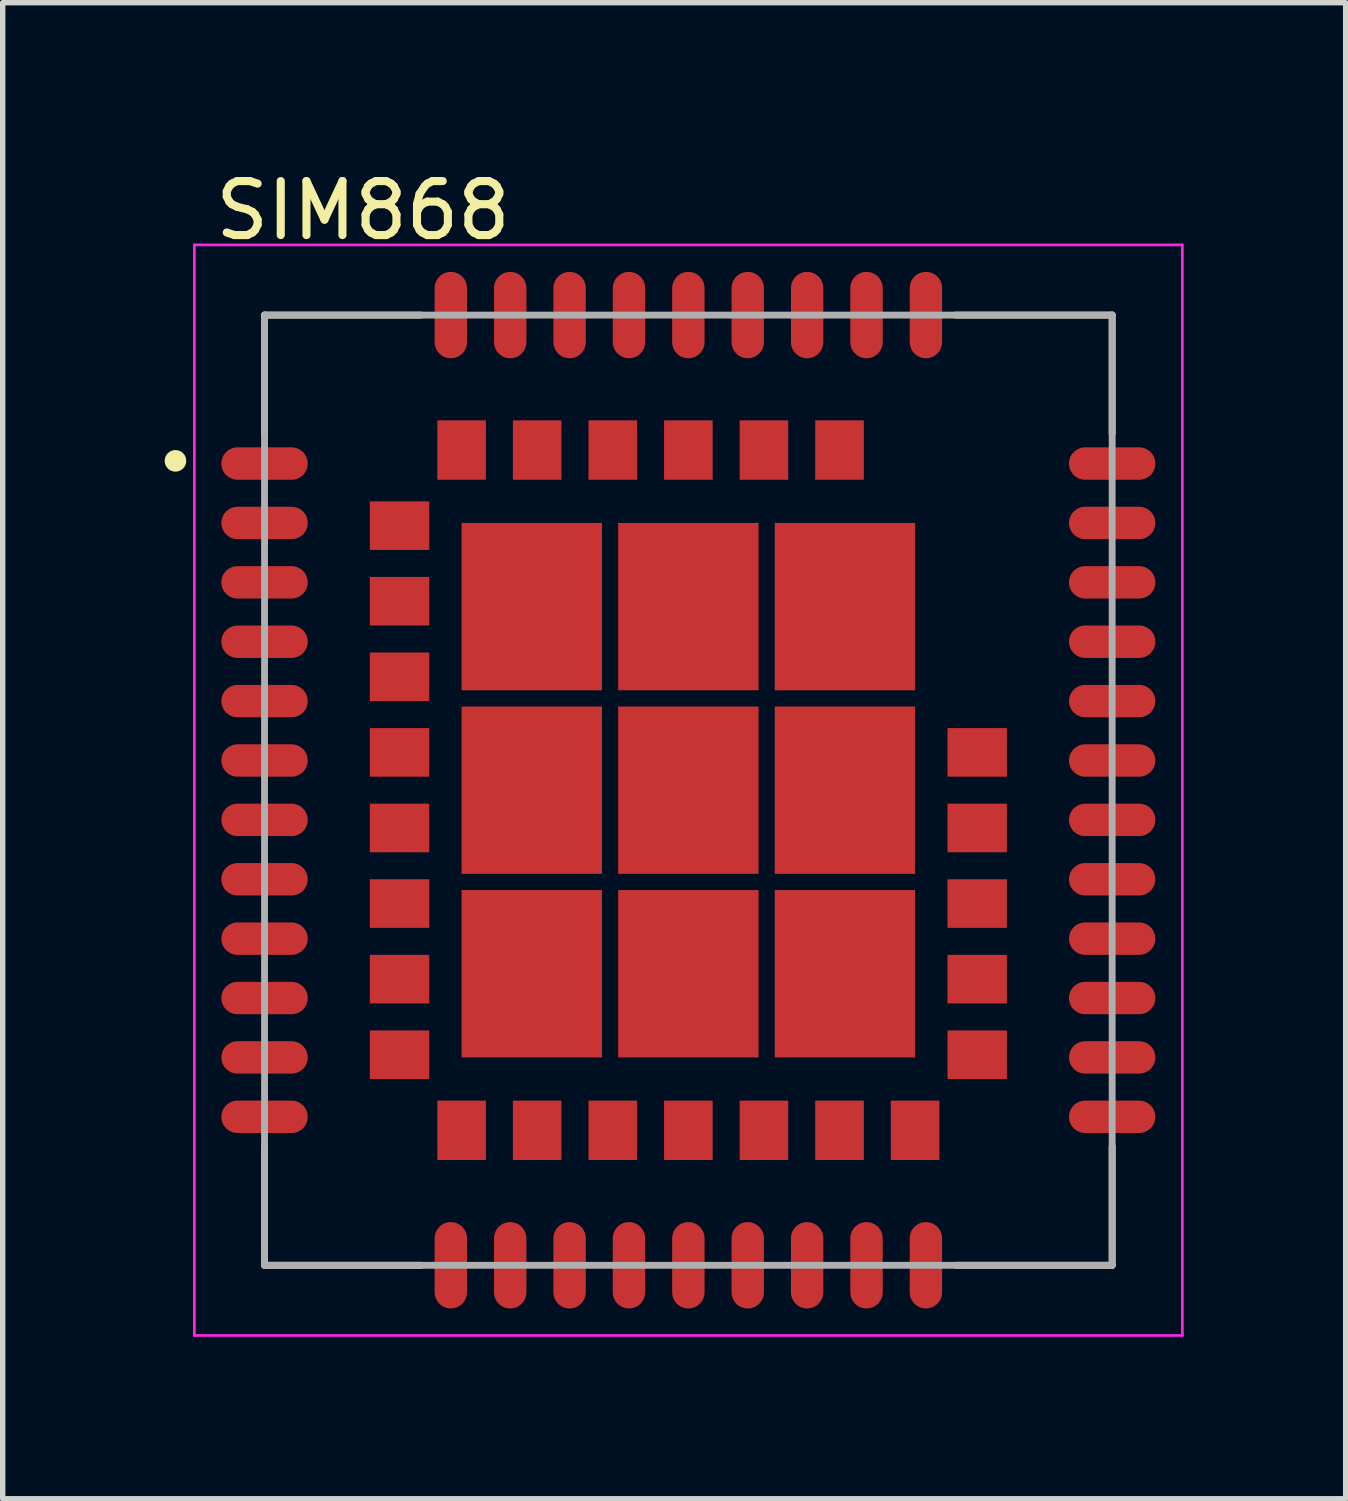
<source format=kicad_pcb>
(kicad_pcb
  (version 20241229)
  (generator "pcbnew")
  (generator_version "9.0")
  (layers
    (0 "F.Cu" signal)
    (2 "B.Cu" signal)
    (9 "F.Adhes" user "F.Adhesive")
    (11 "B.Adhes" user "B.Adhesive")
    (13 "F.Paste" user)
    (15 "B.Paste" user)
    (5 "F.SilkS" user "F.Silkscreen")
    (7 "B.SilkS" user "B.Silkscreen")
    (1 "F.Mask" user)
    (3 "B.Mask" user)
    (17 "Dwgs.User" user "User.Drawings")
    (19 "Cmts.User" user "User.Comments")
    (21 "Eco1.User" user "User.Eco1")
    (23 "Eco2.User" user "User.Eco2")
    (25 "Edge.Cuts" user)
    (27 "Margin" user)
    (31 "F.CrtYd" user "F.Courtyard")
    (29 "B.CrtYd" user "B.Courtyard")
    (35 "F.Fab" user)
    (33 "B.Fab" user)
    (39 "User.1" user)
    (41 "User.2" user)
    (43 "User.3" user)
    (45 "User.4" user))
  (footprint "SIM868"
    (layer "F.Cu")
    (at 9.7 11.586)
    (property "Reference" "SIM868" (at -6.026 -10.737 0) (layer "F.SilkS") (effects (font (size 1 1) (thickness 0.15))))
    (attr smd)
    (fp_line (start -7.85 -8.8) (end -4.95 -8.8) (stroke (width 0.127) (type solid)) (layer "F.SilkS"))
    (fp_line (start -7.85 -6.6) (end -7.85 -8.8) (stroke (width 0.127) (type solid)) (layer "F.SilkS"))
    (fp_line (start -7.85 6.6) (end -7.85 8.8) (stroke (width 0.127) (type solid)) (layer "F.SilkS"))
    (fp_line (start -7.85 8.8) (end -4.95 8.8) (stroke (width 0.127) (type solid)) (layer "F.SilkS"))
    (fp_line (start 4.95 -8.8) (end 7.85 -8.8) (stroke (width 0.127) (type solid)) (layer "F.SilkS"))
    (fp_line (start 4.95 8.8) (end 7.85 8.8) (stroke (width 0.127) (type solid)) (layer "F.SilkS"))
    (fp_line (start 7.85 -8.8) (end 7.85 -6.6) (stroke (width 0.127) (type solid)) (layer "F.SilkS"))
    (fp_line (start 7.85 8.8) (end 7.85 6.6) (stroke (width 0.127) (type solid)) (layer "F.SilkS"))
    (fp_circle (center -9.5 -6.1) (end -9.4 -6.1) (stroke (width 0.2) (type solid)) (fill no) (layer "F.SilkS"))
    (fp_poly (pts (xy -5.838 4.95) (xy -5.4 4.95) (xy -5.4 5.258) (xy -5.838 5.258)) (stroke (width 0.01) (type solid)) (fill yes) (layer "F.Paste"))
    (fp_poly (pts (xy -5.834 4.55) (xy -5.4 4.55) (xy -5.4 4.854) (xy -5.834 4.854)) (stroke (width 0.01) (type solid)) (fill yes) (layer "F.Paste"))
    (fp_poly (pts (xy -5.834 -0.655) (xy -5.405 -0.655) (xy -5.405 -0.346) (xy -5.834 -0.346)) (stroke (width 0.01) (type solid)) (fill yes) (layer "F.Paste"))
    (fp_poly (pts (xy -5.833 -2.457) (xy -5.407 -2.457) (xy -5.407 -2.147) (xy -5.833 -2.147)) (stroke (width 0.01) (type solid)) (fill yes) (layer "F.Paste"))
    (fp_poly (pts (xy -5.833 3.149) (xy -5.401 3.149) (xy -5.401 3.453) (xy -5.833 3.453)) (stroke (width 0.01) (type solid)) (fill yes) (layer "F.Paste"))
    (fp_poly (pts (xy -5.833 -3.458) (xy -5.408 -3.458) (xy -5.408 -3.147) (xy -5.833 -3.147)) (stroke (width 0.01) (type solid)) (fill yes) (layer "F.Paste"))
    (fp_poly (pts (xy -5.832 2.149) (xy -5.401 2.149) (xy -5.401 2.452) (xy -5.832 2.452)) (stroke (width 0.01) (type solid)) (fill yes) (layer "F.Paste"))
    (fp_poly (pts (xy -5.832 3.55) (xy -5.4 3.55) (xy -5.4 3.852) (xy -5.832 3.852)) (stroke (width 0.01) (type solid)) (fill yes) (layer "F.Paste"))
    (fp_poly (pts (xy -5.832 -3.858) (xy -5.408 -3.858) (xy -5.408 -3.548) (xy -5.832 -3.548)) (stroke (width 0.01) (type solid)) (fill yes) (layer "F.Paste"))
    (fp_poly (pts (xy -5.832 0.749) (xy -5.401 0.749) (xy -5.401 1.052) (xy -5.832 1.052)) (stroke (width 0.01) (type solid)) (fill yes) (layer "F.Paste"))
    (fp_poly (pts (xy -5.831 -4.858) (xy -5.408 -4.858) (xy -5.408 -4.549) (xy -5.831 -4.549)) (stroke (width 0.01) (type solid)) (fill yes) (layer "F.Paste"))
    (fp_poly (pts (xy -5.831 -5.259) (xy -5.409 -5.259) (xy -5.409 -4.949) (xy -5.831 -4.949)) (stroke (width 0.01) (type solid)) (fill yes) (layer "F.Paste"))
    (fp_poly (pts (xy -5.831 1.75) (xy -5.4 1.75) (xy -5.4 2.051) (xy -5.831 2.051)) (stroke (width 0.01) (type solid)) (fill yes) (layer "F.Paste"))
    (fp_poly (pts (xy -5.831 -2.051) (xy -5.401 -2.051) (xy -5.401 -1.749) (xy -5.831 -1.749)) (stroke (width 0.01) (type solid)) (fill yes) (layer "F.Paste"))
    (fp_poly (pts (xy -5.831 0.35) (xy -5.4 0.35) (xy -5.4 0.651) (xy -5.831 0.651)) (stroke (width 0.01) (type solid)) (fill yes) (layer "F.Paste"))
    (fp_poly (pts (xy -5.83 -1.05) (xy -5.4 -1.05) (xy -5.4 -0.75) (xy -5.83 -0.75)) (stroke (width 0.01) (type solid)) (fill yes) (layer "F.Paste"))
    (fp_poly (pts (xy -5.309 4.95) (xy -4.87 4.95) (xy -4.87 5.259) (xy -5.309 5.259)) (stroke (width 0.01) (type solid)) (fill yes) (layer "F.Paste"))
    (fp_poly (pts (xy -5.306 1.747) (xy -4.873 1.747) (xy -4.873 2.056) (xy -5.306 2.056)) (stroke (width 0.01) (type solid)) (fill yes) (layer "F.Paste"))
    (fp_poly (pts (xy -5.305 4.55) (xy -4.87 4.55) (xy -4.87 4.855) (xy -5.305 4.855)) (stroke (width 0.01) (type solid)) (fill yes) (layer "F.Paste"))
    (fp_poly (pts (xy -5.305 0.346) (xy -4.874 0.346) (xy -4.874 0.655) (xy -5.305 0.655)) (stroke (width 0.01) (type solid)) (fill yes) (layer "F.Paste"))
    (fp_poly (pts (xy -5.305 0.747) (xy -4.873 0.747) (xy -4.873 1.055) (xy -5.305 1.055)) (stroke (width 0.01) (type solid)) (fill yes) (layer "F.Paste"))
    (fp_poly (pts (xy -5.304 3.149) (xy -4.871 3.149) (xy -4.871 3.454) (xy -5.304 3.454)) (stroke (width 0.01) (type solid)) (fill yes) (layer "F.Paste"))
    (fp_poly (pts (xy -5.304 2.149) (xy -4.871 2.149) (xy -4.871 2.454) (xy -5.304 2.454)) (stroke (width 0.01) (type solid)) (fill yes) (layer "F.Paste"))
    (fp_poly (pts (xy -5.302 -1.053) (xy -4.873 -1.053) (xy -4.873 -0.748) (xy -5.302 -0.748)) (stroke (width 0.01) (type solid)) (fill yes) (layer "F.Paste"))
    (fp_poly (pts (xy -5.302 3.55) (xy -4.87 3.55) (xy -4.87 3.852) (xy -5.302 3.852)) (stroke (width 0.01) (type solid)) (fill yes) (layer "F.Paste"))
    (fp_poly (pts (xy -5.301 -3.857) (xy -4.877 -3.857) (xy -4.877 -3.549) (xy -5.301 -3.549)) (stroke (width 0.01) (type solid)) (fill yes) (layer "F.Paste"))
    (fp_poly (pts (xy -5.301 -3.455) (xy -4.875 -3.455) (xy -4.875 -3.149) (xy -5.301 -3.149)) (stroke (width 0.01) (type solid)) (fill yes) (layer "F.Paste"))
    (fp_poly (pts (xy -5.301 -2.052) (xy -4.872 -2.052) (xy -4.872 -1.749) (xy -5.301 -1.749)) (stroke (width 0.01) (type solid)) (fill yes) (layer "F.Paste"))
    (fp_poly (pts (xy -5.301 -0.651) (xy -4.871 -0.651) (xy -4.871 -0.349) (xy -5.301 -0.349)) (stroke (width 0.01) (type solid)) (fill yes) (layer "F.Paste"))
    (fp_poly (pts (xy -5.301 -2.452) (xy -4.872 -2.452) (xy -4.872 -2.149) (xy -5.301 -2.149)) (stroke (width 0.01) (type solid)) (fill yes) (layer "F.Paste"))
    (fp_poly (pts (xy -5.301 -4.859) (xy -4.879 -4.859) (xy -4.879 -4.549) (xy -5.301 -4.549)) (stroke (width 0.01) (type solid)) (fill yes) (layer "F.Paste"))
    (fp_poly (pts (xy -5.3 -5.254) (xy -4.874 -5.254) (xy -4.874 -4.95) (xy -5.3 -4.95)) (stroke (width 0.01) (type solid)) (fill yes) (layer "F.Paste"))
    (fp_poly (pts (xy -4.555 -6.25) (xy -4.25 -6.25) (xy -4.25 -5.827) (xy -4.555 -5.827)) (stroke (width 0.01) (type solid)) (fill yes) (layer "F.Paste"))
    (fp_poly (pts (xy -4.554 5.82) (xy -4.25 5.82) (xy -4.25 6.256) (xy -4.554 6.256)) (stroke (width 0.01) (type solid)) (fill yes) (layer "F.Paste"))
    (fp_poly (pts (xy -4.554 6.35) (xy -4.25 6.35) (xy -4.25 6.786) (xy -4.554 6.786)) (stroke (width 0.01) (type solid)) (fill yes) (layer "F.Paste"))
    (fp_poly (pts (xy -4.554 -6.78) (xy -4.25 -6.78) (xy -4.25 -6.356) (xy -4.554 -6.356)) (stroke (width 0.01) (type solid)) (fill yes) (layer "F.Paste"))
    (fp_poly (pts (xy -4.156 5.82) (xy -3.85 5.82) (xy -3.85 6.26) (xy -4.156 6.26)) (stroke (width 0.01) (type solid)) (fill yes) (layer "F.Paste"))
    (fp_poly (pts (xy -4.155 -6.25) (xy -3.85 -6.25) (xy -3.85 -5.827) (xy -4.155 -5.827)) (stroke (width 0.01) (type solid)) (fill yes) (layer "F.Paste"))
    (fp_poly (pts (xy -4.153 -6.78) (xy -3.85 -6.78) (xy -3.85 -6.355) (xy -4.153 -6.355)) (stroke (width 0.01) (type solid)) (fill yes) (layer "F.Paste"))
    (fp_poly (pts (xy -4.151 6.35) (xy -3.85 6.35) (xy -3.85 6.782) (xy -4.151 6.782)) (stroke (width 0.01) (type solid)) (fill yes) (layer "F.Paste"))
    (fp_poly (pts (xy -3.907 -1.25) (xy -3.2 -1.25) (xy -3.2 -0.301) (xy -3.907 -0.301)) (stroke (width 0.01) (type solid)) (fill yes) (layer "F.Paste"))
    (fp_poly (pts (xy -3.905 3.7) (xy -3.2 3.7) (xy -3.2 4.656) (xy -3.905 4.656)) (stroke (width 0.01) (type solid)) (fill yes) (layer "F.Paste"))
    (fp_poly (pts (xy -3.905 2.15) (xy -3.2 2.15) (xy -3.2 3.104) (xy -3.905 3.104)) (stroke (width 0.01) (type solid)) (fill yes) (layer "F.Paste"))
    (fp_poly (pts (xy -3.905 -3.1) (xy -3.2 -3.1) (xy -3.2 -2.153) (xy -3.905 -2.153)) (stroke (width 0.01) (type solid)) (fill yes) (layer "F.Paste"))
    (fp_poly (pts (xy -3.904 -4.65) (xy -3.2 -4.65) (xy -3.2 -3.704) (xy -3.904 -3.704)) (stroke (width 0.01) (type solid)) (fill yes) (layer "F.Paste"))
    (fp_poly (pts (xy -3.903 0.3) (xy -3.2 0.3) (xy -3.2 1.251) (xy -3.903 1.251)) (stroke (width 0.01) (type solid)) (fill yes) (layer "F.Paste"))
    (fp_poly (pts (xy -3.155 -6.25) (xy -2.85 -6.25) (xy -2.85 -5.83) (xy -3.155 -5.83)) (stroke (width 0.01) (type solid)) (fill yes) (layer "F.Paste"))
    (fp_poly (pts (xy -3.154 6.35) (xy -2.85 6.35) (xy -2.85 6.788) (xy -3.154 6.788)) (stroke (width 0.01) (type solid)) (fill yes) (layer "F.Paste"))
    (fp_poly (pts (xy -3.153 -6.78) (xy -2.85 -6.78) (xy -2.85 -6.356) (xy -3.153 -6.356)) (stroke (width 0.01) (type solid)) (fill yes) (layer "F.Paste"))
    (fp_poly (pts (xy -3.151 5.82) (xy -2.85 5.82) (xy -2.85 6.252) (xy -3.151 6.252)) (stroke (width 0.01) (type solid)) (fill yes) (layer "F.Paste"))
    (fp_poly (pts (xy -2.754 5.82) (xy -2.45 5.82) (xy -2.45 6.26) (xy -2.754 6.26)) (stroke (width 0.01) (type solid)) (fill yes) (layer "F.Paste"))
    (fp_poly (pts (xy -2.754 6.35) (xy -2.45 6.35) (xy -2.45 6.789) (xy -2.754 6.789)) (stroke (width 0.01) (type solid)) (fill yes) (layer "F.Paste"))
    (fp_poly (pts (xy -2.752 -6.78) (xy -2.45 -6.78) (xy -2.45 -6.355) (xy -2.752 -6.355)) (stroke (width 0.01) (type solid)) (fill yes) (layer "F.Paste"))
    (fp_poly (pts (xy -2.752 -6.25) (xy -2.45 -6.25) (xy -2.45 -5.823) (xy -2.752 -5.823)) (stroke (width 0.01) (type solid)) (fill yes) (layer "F.Paste"))
    (fp_poly (pts (xy -2.604 3.7) (xy -1.9 3.7) (xy -1.9 4.658) (xy -2.604 4.658)) (stroke (width 0.01) (type solid)) (fill yes) (layer "F.Paste"))
    (fp_poly (pts (xy -2.603 -3.1) (xy -1.9 -3.1) (xy -1.9 -2.153) (xy -2.603 -2.153)) (stroke (width 0.01) (type solid)) (fill yes) (layer "F.Paste"))
    (fp_poly (pts (xy -2.602 0.3) (xy -1.9 0.3) (xy -1.9 1.251) (xy -2.602 1.251)) (stroke (width 0.01) (type solid)) (fill yes) (layer "F.Paste"))
    (fp_poly (pts (xy -2.602 -4.65) (xy -1.9 -4.65) (xy -1.9 -3.703) (xy -2.602 -3.703)) (stroke (width 0.01) (type solid)) (fill yes) (layer "F.Paste"))
    (fp_poly (pts (xy -2.6 -1.25) (xy -1.9 -1.25) (xy -1.9 -0.3) (xy -2.6 -0.3)) (stroke (width 0.01) (type solid)) (fill yes) (layer "F.Paste"))
    (fp_poly (pts (xy -2.6 2.15) (xy -1.9 2.15) (xy -1.9 3.1) (xy -2.6 3.1)) (stroke (width 0.01) (type solid)) (fill yes) (layer "F.Paste"))
    (fp_poly (pts (xy -1.753 5.82) (xy -1.45 5.82) (xy -1.45 6.26) (xy -1.753 6.26)) (stroke (width 0.01) (type solid)) (fill yes) (layer "F.Paste"))
    (fp_poly (pts (xy -1.751 -6.25) (xy -1.45 -6.25) (xy -1.45 -5.823) (xy -1.751 -5.823)) (stroke (width 0.01) (type solid)) (fill yes) (layer "F.Paste"))
    (fp_poly (pts (xy -1.751 -6.78) (xy -1.45 -6.78) (xy -1.45 -6.352) (xy -1.751 -6.352)) (stroke (width 0.01) (type solid)) (fill yes) (layer "F.Paste"))
    (fp_poly (pts (xy -1.75 6.35) (xy -1.45 6.35) (xy -1.45 6.782) (xy -1.75 6.782)) (stroke (width 0.01) (type solid)) (fill yes) (layer "F.Paste"))
    (fp_poly (pts (xy -1.353 -6.78) (xy -1.05 -6.78) (xy -1.05 -6.363) (xy -1.353 -6.363)) (stroke (width 0.01) (type solid)) (fill yes) (layer "F.Paste"))
    (fp_poly (pts (xy -1.352 5.82) (xy -1.05 5.82) (xy -1.05 6.259) (xy -1.352 6.259)) (stroke (width 0.01) (type solid)) (fill yes) (layer "F.Paste"))
    (fp_poly (pts (xy -1.351 6.35) (xy -1.05 6.35) (xy -1.05 6.788) (xy -1.351 6.788)) (stroke (width 0.01) (type solid)) (fill yes) (layer "F.Paste"))
    (fp_poly (pts (xy -1.351 -6.25) (xy -1.05 -6.25) (xy -1.05 -5.824) (xy -1.351 -5.824)) (stroke (width 0.01) (type solid)) (fill yes) (layer "F.Paste"))
    (fp_poly (pts (xy -1.002 -1.25) (xy -0.3 -1.25) (xy -0.3 -0.301) (xy -1.002 -0.301)) (stroke (width 0.01) (type solid)) (fill yes) (layer "F.Paste"))
    (fp_poly (pts (xy -1.002 2.15) (xy -0.3 2.15) (xy -0.3 3.105) (xy -1.002 3.105)) (stroke (width 0.01) (type solid)) (fill yes) (layer "F.Paste"))
    (fp_poly (pts (xy -1.001 3.7) (xy -0.3 3.7) (xy -0.3 4.655) (xy -1.001 4.655)) (stroke (width 0.01) (type solid)) (fill yes) (layer "F.Paste"))
    (fp_poly (pts (xy -1.001 -4.65) (xy -0.3 -4.65) (xy -0.3 -3.704) (xy -1.001 -3.704)) (stroke (width 0.01) (type solid)) (fill yes) (layer "F.Paste"))
    (fp_poly (pts (xy -1.001 0.3) (xy -0.3 0.3) (xy -0.3 1.251) (xy -1.001 1.251)) (stroke (width 0.01) (type solid)) (fill yes) (layer "F.Paste"))
    (fp_poly (pts (xy -1.001 -3.1) (xy -0.3 -3.1) (xy -0.3 -2.151) (xy -1.001 -2.151)) (stroke (width 0.01) (type solid)) (fill yes) (layer "F.Paste"))
    (fp_poly (pts (xy -0.351 -6.25) (xy -0.05 -6.25) (xy -0.05 -5.83) (xy -0.351 -5.83)) (stroke (width 0.01) (type solid)) (fill yes) (layer "F.Paste"))
    (fp_poly (pts (xy -0.35 -6.78) (xy -0.05 -6.78) (xy -0.05 -6.351) (xy -0.35 -6.351)) (stroke (width 0.01) (type solid)) (fill yes) (layer "F.Paste"))
    (fp_poly (pts (xy -0.35 5.82) (xy -0.05 5.82) (xy -0.05 6.251) (xy -0.35 6.251)) (stroke (width 0.01) (type solid)) (fill yes) (layer "F.Paste"))
    (fp_poly (pts (xy -0.35 6.35) (xy -0.05 6.35) (xy -0.05 6.781) (xy -0.35 6.781)) (stroke (width 0.01) (type solid)) (fill yes) (layer "F.Paste"))
    (fp_poly (pts (xy 0.05 -6.78) (xy 0.35 -6.78) (xy 0.35 -6.353) (xy 0.05 -6.353)) (stroke (width 0.01) (type solid)) (fill yes) (layer "F.Paste"))
    (fp_poly (pts (xy 0.05 5.82) (xy 0.35 5.82) (xy 0.35 6.254) (xy 0.05 6.254)) (stroke (width 0.01) (type solid)) (fill yes) (layer "F.Paste"))
    (fp_poly (pts (xy 0.05 -6.25) (xy 0.35 -6.25) (xy 0.35 -5.829) (xy 0.05 -5.829)) (stroke (width 0.01) (type solid)) (fill yes) (layer "F.Paste"))
    (fp_poly (pts (xy 0.05 6.35) (xy 0.35 6.35) (xy 0.35 6.791) (xy 0.05 6.791)) (stroke (width 0.01) (type solid)) (fill yes) (layer "F.Paste"))
    (fp_poly (pts (xy 0.3 0.3) (xy 1 0.3) (xy 1 1.25) (xy 0.3 1.25)) (stroke (width 0.01) (type solid)) (fill yes) (layer "F.Paste"))
    (fp_poly (pts (xy 0.3 3.7) (xy 1 3.7) (xy 1 4.651) (xy 0.3 4.651)) (stroke (width 0.01) (type solid)) (fill yes) (layer "F.Paste"))
    (fp_poly (pts (xy 0.3 -4.65) (xy 1 -4.65) (xy 1 -3.704) (xy 0.3 -3.704)) (stroke (width 0.01) (type solid)) (fill yes) (layer "F.Paste"))
    (fp_poly (pts (xy 0.3 -1.25) (xy 1 -1.25) (xy 1 -0.3) (xy 0.3 -0.3)) (stroke (width 0.01) (type solid)) (fill yes) (layer "F.Paste"))
    (fp_poly (pts (xy 0.3 2.15) (xy 1 2.15) (xy 1 3.105) (xy 0.3 3.105)) (stroke (width 0.01) (type solid)) (fill yes) (layer "F.Paste"))
    (fp_poly (pts (xy 0.301 -3.1) (xy 1 -3.1) (xy 1 -2.154) (xy 0.301 -2.154)) (stroke (width 0.01) (type solid)) (fill yes) (layer "F.Paste"))
    (fp_poly (pts (xy 1.05 -6.25) (xy 1.35 -6.25) (xy 1.35 -5.821) (xy 1.05 -5.821)) (stroke (width 0.01) (type solid)) (fill yes) (layer "F.Paste"))
    (fp_poly (pts (xy 1.05 5.82) (xy 1.35 5.82) (xy 1.35 6.252) (xy 1.05 6.252)) (stroke (width 0.01) (type solid)) (fill yes) (layer "F.Paste"))
    (fp_poly (pts (xy 1.051 -6.78) (xy 1.35 -6.78) (xy 1.35 -6.356) (xy 1.051 -6.356)) (stroke (width 0.01) (type solid)) (fill yes) (layer "F.Paste"))
    (fp_poly (pts (xy 1.051 6.35) (xy 1.35 6.35) (xy 1.35 6.787) (xy 1.051 6.787)) (stroke (width 0.01) (type solid)) (fill yes) (layer "F.Paste"))
    (fp_poly (pts (xy 1.451 6.35) (xy 1.75 6.35) (xy 1.75 6.785) (xy 1.451 6.785)) (stroke (width 0.01) (type solid)) (fill yes) (layer "F.Paste"))
    (fp_poly (pts (xy 1.451 -6.78) (xy 1.75 -6.78) (xy 1.75 -6.355) (xy 1.451 -6.355)) (stroke (width 0.01) (type solid)) (fill yes) (layer "F.Paste"))
    (fp_poly (pts (xy 1.452 5.82) (xy 1.75 5.82) (xy 1.75 6.257) (xy 1.452 6.257)) (stroke (width 0.01) (type solid)) (fill yes) (layer "F.Paste"))
    (fp_poly (pts (xy 1.452 -6.25) (xy 1.75 -6.25) (xy 1.75 -5.83) (xy 1.452 -5.83)) (stroke (width 0.01) (type solid)) (fill yes) (layer "F.Paste"))
    (fp_poly (pts (xy 1.9 2.15) (xy 2.6 2.15) (xy 2.6 3.1) (xy 1.9 3.1)) (stroke (width 0.01) (type solid)) (fill yes) (layer "F.Paste"))
    (fp_poly (pts (xy 1.902 -4.65) (xy 2.6 -4.65) (xy 2.6 -3.704) (xy 1.902 -3.704)) (stroke (width 0.01) (type solid)) (fill yes) (layer "F.Paste"))
    (fp_poly (pts (xy 1.902 -3.1) (xy 2.6 -3.1) (xy 2.6 -2.153) (xy 1.902 -2.153)) (stroke (width 0.01) (type solid)) (fill yes) (layer "F.Paste"))
    (fp_poly (pts (xy 1.903 0.3) (xy 2.6 0.3) (xy 2.6 1.252) (xy 1.903 1.252)) (stroke (width 0.01) (type solid)) (fill yes) (layer "F.Paste"))
    (fp_poly (pts (xy 1.903 3.7) (xy 2.6 3.7) (xy 2.6 4.657) (xy 1.903 4.657)) (stroke (width 0.01) (type solid)) (fill yes) (layer "F.Paste"))
    (fp_poly (pts (xy 1.903 -1.25) (xy 2.6 -1.25) (xy 2.6 -0.3) (xy 1.903 -0.3)) (stroke (width 0.01) (type solid)) (fill yes) (layer "F.Paste"))
    (fp_poly (pts (xy 2.452 5.82) (xy 2.75 5.82) (xy 2.75 6.254) (xy 2.452 6.254)) (stroke (width 0.01) (type solid)) (fill yes) (layer "F.Paste"))
    (fp_poly (pts (xy 2.453 -6.78) (xy 2.75 -6.78) (xy 2.75 -6.358) (xy 2.453 -6.358)) (stroke (width 0.01) (type solid)) (fill yes) (layer "F.Paste"))
    (fp_poly (pts (xy 2.453 -6.25) (xy 2.75 -6.25) (xy 2.75 -5.828) (xy 2.453 -5.828)) (stroke (width 0.01) (type solid)) (fill yes) (layer "F.Paste"))
    (fp_poly (pts (xy 2.454 6.35) (xy 2.75 6.35) (xy 2.75 6.792) (xy 2.454 6.792)) (stroke (width 0.01) (type solid)) (fill yes) (layer "F.Paste"))
    (fp_poly (pts (xy 2.85 5.82) (xy 3.15 5.82) (xy 3.15 6.251) (xy 2.85 6.251)) (stroke (width 0.01) (type solid)) (fill yes) (layer "F.Paste"))
    (fp_poly (pts (xy 2.85 6.35) (xy 3.15 6.35) (xy 3.15 6.781) (xy 2.85 6.781)) (stroke (width 0.01) (type solid)) (fill yes) (layer "F.Paste"))
    (fp_poly (pts (xy 2.853 -6.78) (xy 3.15 -6.78) (xy 3.15 -6.356) (xy 2.853 -6.356)) (stroke (width 0.01) (type solid)) (fill yes) (layer "F.Paste"))
    (fp_poly (pts (xy 2.854 -6.25) (xy 3.15 -6.25) (xy 3.15 -5.829) (xy 2.854 -5.829)) (stroke (width 0.01) (type solid)) (fill yes) (layer "F.Paste"))
    (fp_poly (pts (xy 3.202 3.7) (xy 3.9 3.7) (xy 3.9 4.653) (xy 3.202 4.653)) (stroke (width 0.01) (type solid)) (fill yes) (layer "F.Paste"))
    (fp_poly (pts (xy 3.202 -3.1) (xy 3.9 -3.1) (xy 3.9 -2.151) (xy 3.202 -2.151)) (stroke (width 0.01) (type solid)) (fill yes) (layer "F.Paste"))
    (fp_poly (pts (xy 3.203 2.15) (xy 3.9 2.15) (xy 3.9 3.103) (xy 3.203 3.103)) (stroke (width 0.01) (type solid)) (fill yes) (layer "F.Paste"))
    (fp_poly (pts (xy 3.204 -1.25) (xy 3.9 -1.25) (xy 3.9 -0.3) (xy 3.204 -0.3)) (stroke (width 0.01) (type solid)) (fill yes) (layer "F.Paste"))
    (fp_poly (pts (xy 3.205 -4.65) (xy 3.9 -4.65) (xy 3.9 -3.705) (xy 3.205 -3.705)) (stroke (width 0.01) (type solid)) (fill yes) (layer "F.Paste"))
    (fp_poly (pts (xy 3.206 0.3) (xy 3.9 0.3) (xy 3.9 1.252) (xy 3.206 1.252)) (stroke (width 0.01) (type solid)) (fill yes) (layer "F.Paste"))
    (fp_poly (pts (xy 3.851 6.35) (xy 4.15 6.35) (xy 4.15 6.781) (xy 3.851 6.781)) (stroke (width 0.01) (type solid)) (fill yes) (layer "F.Paste"))
    (fp_poly (pts (xy 3.851 5.82) (xy 4.15 5.82) (xy 4.15 6.252) (xy 3.851 6.252)) (stroke (width 0.01) (type solid)) (fill yes) (layer "F.Paste"))
    (fp_poly (pts (xy 4.251 6.35) (xy 4.55 6.35) (xy 4.55 6.782) (xy 4.251 6.782)) (stroke (width 0.01) (type solid)) (fill yes) (layer "F.Paste"))
    (fp_poly (pts (xy 4.258 5.82) (xy 4.55 5.82) (xy 4.55 6.261) (xy 4.258 6.261)) (stroke (width 0.01) (type solid)) (fill yes) (layer "F.Paste"))
    (fp_poly (pts (xy 4.87 4.96) (xy 5.31 4.96) (xy 5.31 5.25) (xy 4.87 5.25)) (stroke (width 0.01) (type solid)) (fill yes) (layer "F.Paste"))
    (fp_poly (pts (xy 4.87 4.556) (xy 5.306 4.556) (xy 5.306 4.85) (xy 4.87 4.85)) (stroke (width 0.01) (type solid)) (fill yes) (layer "F.Paste"))
    (fp_poly (pts (xy 4.87 3.151) (xy 5.301 3.151) (xy 5.301 3.45) (xy 4.87 3.45)) (stroke (width 0.01) (type solid)) (fill yes) (layer "F.Paste"))
    (fp_poly (pts (xy 4.87 1.751) (xy 5.301 1.751) (xy 5.301 2.05) (xy 4.87 2.05)) (stroke (width 0.01) (type solid)) (fill yes) (layer "F.Paste"))
    (fp_poly (pts (xy 4.871 3.557) (xy 5.307 3.557) (xy 5.307 3.849) (xy 4.871 3.849)) (stroke (width 0.01) (type solid)) (fill yes) (layer "F.Paste"))
    (fp_poly (pts (xy 4.871 -0.649) (xy 5.301 -0.649) (xy 5.301 -0.351) (xy 4.871 -0.351)) (stroke (width 0.01) (type solid)) (fill yes) (layer "F.Paste"))
    (fp_poly (pts (xy 4.871 -1.049) (xy 5.301 -1.049) (xy 5.301 -0.751) (xy 4.871 -0.751)) (stroke (width 0.01) (type solid)) (fill yes) (layer "F.Paste"))
    (fp_poly (pts (xy 4.872 2.155) (xy 5.305 2.155) (xy 5.305 2.448) (xy 4.872 2.448)) (stroke (width 0.01) (type solid)) (fill yes) (layer "F.Paste"))
    (fp_poly (pts (xy 4.872 0.353) (xy 5.303 0.353) (xy 5.303 0.648) (xy 4.872 0.648)) (stroke (width 0.01) (type solid)) (fill yes) (layer "F.Paste"))
    (fp_poly (pts (xy 4.873 0.755) (xy 5.305 0.755) (xy 5.305 1.047) (xy 4.873 1.047)) (stroke (width 0.01) (type solid)) (fill yes) (layer "F.Paste"))
    (fp_poly (pts (xy 5.4 4.954) (xy 5.834 4.954) (xy 5.834 5.25) (xy 5.4 5.25)) (stroke (width 0.01) (type solid)) (fill yes) (layer "F.Paste"))
    (fp_poly (pts (xy 5.401 4.56) (xy 5.84 4.56) (xy 5.84 4.849) (xy 5.401 4.849)) (stroke (width 0.01) (type solid)) (fill yes) (layer "F.Paste"))
    (fp_poly (pts (xy 5.401 0.751) (xy 5.831 0.751) (xy 5.831 1.049) (xy 5.401 1.049)) (stroke (width 0.01) (type solid)) (fill yes) (layer "F.Paste"))
    (fp_poly (pts (xy 5.401 1.752) (xy 5.832 1.752) (xy 5.832 2.049) (xy 5.401 2.049)) (stroke (width 0.01) (type solid)) (fill yes) (layer "F.Paste"))
    (fp_poly (pts (xy 5.401 3.154) (xy 5.834 3.154) (xy 5.834 3.449) (xy 5.401 3.449)) (stroke (width 0.01) (type solid)) (fill yes) (layer "F.Paste"))
    (fp_poly (pts (xy 5.401 3.557) (xy 5.837 3.557) (xy 5.837 3.849) (xy 5.401 3.849)) (stroke (width 0.01) (type solid)) (fill yes) (layer "F.Paste"))
    (fp_poly (pts (xy 5.401 0.352) (xy 5.832 0.352) (xy 5.832 0.649) (xy 5.401 0.649)) (stroke (width 0.01) (type solid)) (fill yes) (layer "F.Paste"))
    (fp_poly (pts (xy 5.401 -1.049) (xy 5.831 -1.049) (xy 5.831 -0.751) (xy 5.401 -0.751)) (stroke (width 0.01) (type solid)) (fill yes) (layer "F.Paste"))
    (fp_poly (pts (xy 5.402 2.155) (xy 5.835 2.155) (xy 5.835 2.448) (xy 5.402 2.448)) (stroke (width 0.01) (type solid)) (fill yes) (layer "F.Paste"))
    (fp_poly (pts (xy 5.406 -0.645) (xy 5.835 -0.645) (xy 5.835 -0.356) (xy 5.406 -0.356)) (stroke (width 0.01) (type solid)) (fill yes) (layer "F.Paste"))
    (fp_line (start -9.15 -10.1) (end 9.15 -10.1) (stroke (width 0.05) (type solid)) (layer "F.CrtYd"))
    (fp_line (start -9.15 10.1) (end -9.15 -10.1) (stroke (width 0.05) (type solid)) (layer "F.CrtYd"))
    (fp_line (start 9.15 -10.1) (end 9.15 10.1) (stroke (width 0.05) (type solid)) (layer "F.CrtYd"))
    (fp_line (start 9.15 10.1) (end -9.15 10.1) (stroke (width 0.05) (type solid)) (layer "F.CrtYd"))
    (fp_line (start -7.85 -8.8) (end 7.85 -8.8) (stroke (width 0.127) (type solid)) (layer "F.Fab"))
    (fp_line (start -7.85 8.8) (end -7.85 -8.8) (stroke (width 0.127) (type solid)) (layer "F.Fab"))
    (fp_line (start 7.85 -8.8) (end 7.85 8.8) (stroke (width 0.127) (type solid)) (layer "F.Fab"))
    (fp_line (start 7.85 8.8) (end -7.85 8.8) (stroke (width 0.127) (type solid)) (layer "F.Fab"))
    (pad "1" smd oval (at -7.85 -6.05) (size 1.6 0.6) (layers "F.Cu" "F.Mask" "F.Paste"))
    (pad "2" smd oval (at -7.85 -4.95) (size 1.6 0.6) (layers "F.Cu" "F.Mask" "F.Paste"))
    (pad "3" smd oval (at -7.85 -3.85) (size 1.6 0.6) (layers "F.Cu" "F.Mask" "F.Paste"))
    (pad "4" smd oval (at -7.85 -2.75) (size 1.6 0.6) (layers "F.Cu" "F.Mask" "F.Paste"))
    (pad "5" smd oval (at -7.85 -1.65) (size 1.6 0.6) (layers "F.Cu" "F.Mask" "F.Paste"))
    (pad "6" smd oval (at -7.85 -0.55) (size 1.6 0.6) (layers "F.Cu" "F.Mask" "F.Paste"))
    (pad "7" smd oval (at -7.85 0.55) (size 1.6 0.6) (layers "F.Cu" "F.Mask" "F.Paste"))
    (pad "8" smd oval (at -7.85 1.65) (size 1.6 0.6) (layers "F.Cu" "F.Mask" "F.Paste"))
    (pad "9" smd oval (at -7.85 2.75) (size 1.6 0.6) (layers "F.Cu" "F.Mask" "F.Paste"))
    (pad "10" smd oval (at -7.85 3.85) (size 1.6 0.6) (layers "F.Cu" "F.Mask" "F.Paste"))
    (pad "11" smd oval (at -7.85 4.95) (size 1.6 0.6) (layers "F.Cu" "F.Mask" "F.Paste"))
    (pad "12" smd oval (at -7.85 6.05) (size 1.6 0.6) (layers "F.Cu" "F.Mask" "F.Paste"))
    (pad "13" smd oval (at -4.4 8.8 90) (size 1.6 0.6) (layers "F.Cu" "F.Mask" "F.Paste"))
    (pad "14" smd oval (at -3.3 8.8 90) (size 1.6 0.6) (layers "F.Cu" "F.Mask" "F.Paste"))
    (pad "15" smd oval (at -2.2 8.8 90) (size 1.6 0.6) (layers "F.Cu" "F.Mask" "F.Paste"))
    (pad "16" smd oval (at -1.1 8.8 90) (size 1.6 0.6) (layers "F.Cu" "F.Mask" "F.Paste"))
    (pad "17" smd oval (at 0 8.8 90) (size 1.6 0.6) (layers "F.Cu" "F.Mask" "F.Paste"))
    (pad "18" smd oval (at 1.1 8.8 90) (size 1.6 0.6) (layers "F.Cu" "F.Mask" "F.Paste"))
    (pad "19" smd oval (at 2.2 8.8 90) (size 1.6 0.6) (layers "F.Cu" "F.Mask" "F.Paste"))
    (pad "20" smd oval (at 3.3 8.8 90) (size 1.6 0.6) (layers "F.Cu" "F.Mask" "F.Paste"))
    (pad "21" smd oval (at 4.4 8.8 90) (size 1.6 0.6) (layers "F.Cu" "F.Mask" "F.Paste"))
    (pad "22" smd oval (at 7.85 6.05 180) (size 1.6 0.6) (layers "F.Cu" "F.Mask" "F.Paste"))
    (pad "23" smd oval (at 7.85 4.95 180) (size 1.6 0.6) (layers "F.Cu" "F.Mask" "F.Paste"))
    (pad "24" smd oval (at 7.85 3.85 180) (size 1.6 0.6) (layers "F.Cu" "F.Mask" "F.Paste"))
    (pad "25" smd oval (at 7.85 2.75 180) (size 1.6 0.6) (layers "F.Cu" "F.Mask" "F.Paste"))
    (pad "26" smd oval (at 7.85 1.65 180) (size 1.6 0.6) (layers "F.Cu" "F.Mask" "F.Paste"))
    (pad "27" smd oval (at 7.85 0.55 180) (size 1.6 0.6) (layers "F.Cu" "F.Mask" "F.Paste"))
    (pad "28" smd oval (at 7.85 -0.55 180) (size 1.6 0.6) (layers "F.Cu" "F.Mask" "F.Paste"))
    (pad "29" smd oval (at 7.85 -1.65 180) (size 1.6 0.6) (layers "F.Cu" "F.Mask" "F.Paste"))
    (pad "30" smd oval (at 7.85 -2.75 180) (size 1.6 0.6) (layers "F.Cu" "F.Mask" "F.Paste"))
    (pad "31" smd oval (at 7.85 -3.85 180) (size 1.6 0.6) (layers "F.Cu" "F.Mask" "F.Paste"))
    (pad "32" smd oval (at 7.85 -4.95 180) (size 1.6 0.6) (layers "F.Cu" "F.Mask" "F.Paste"))
    (pad "33" smd oval (at 7.85 -6.05 180) (size 1.6 0.6) (layers "F.Cu" "F.Mask" "F.Paste"))
    (pad "34" smd oval (at 4.4 -8.8 270) (size 1.6 0.6) (layers "F.Cu" "F.Mask" "F.Paste"))
    (pad "35" smd oval (at 3.3 -8.8 270) (size 1.6 0.6) (layers "F.Cu" "F.Mask" "F.Paste"))
    (pad "36" smd oval (at 2.2 -8.8 270) (size 1.6 0.6) (layers "F.Cu" "F.Mask" "F.Paste"))
    (pad "37" smd oval (at 1.1 -8.8 270) (size 1.6 0.6) (layers "F.Cu" "F.Mask" "F.Paste"))
    (pad "38" smd oval (at 0 -8.8 270) (size 1.6 0.6) (layers "F.Cu" "F.Mask" "F.Paste"))
    (pad "39" smd oval (at -1.1 -8.8 270) (size 1.6 0.6) (layers "F.Cu" "F.Mask" "F.Paste"))
    (pad "40" smd oval (at -2.2 -8.8 270) (size 1.6 0.6) (layers "F.Cu" "F.Mask" "F.Paste"))
    (pad "41" smd oval (at -3.3 -8.8 270) (size 1.6 0.6) (layers "F.Cu" "F.Mask" "F.Paste"))
    (pad "42" smd oval (at -4.4 -8.8 270) (size 1.6 0.6) (layers "F.Cu" "F.Mask" "F.Paste"))
    (pad "43" smd rect (at -5.35 -4.9) (size 1.1 0.9) (layers "F.Cu" "F.Mask"))
    (pad "44" smd rect (at -5.35 -3.5) (size 1.1 0.9) (layers "F.Cu" "F.Mask"))
    (pad "45" smd rect (at -5.35 -2.1) (size 1.1 0.9) (layers "F.Cu" "F.Mask"))
    (pad "46" smd rect (at -5.35 -0.7) (size 1.1 0.9) (layers "F.Cu" "F.Mask"))
    (pad "47" smd rect (at -5.35 0.7) (size 1.1 0.9) (layers "F.Cu" "F.Mask"))
    (pad "48" smd rect (at -5.35 2.1) (size 1.1 0.9) (layers "F.Cu" "F.Mask"))
    (pad "49" smd rect (at -5.35 3.5) (size 1.1 0.9) (layers "F.Cu" "F.Mask"))
    (pad "50" smd rect (at -5.35 4.9) (size 1.1 0.9) (layers "F.Cu" "F.Mask"))
    (pad "51" smd rect (at -4.2 6.3 90) (size 1.1 0.9) (layers "F.Cu" "F.Mask"))
    (pad "52" smd rect (at -2.8 6.3 90) (size 1.1 0.9) (layers "F.Cu" "F.Mask"))
    (pad "53" smd rect (at -1.4 6.3 90) (size 1.1 0.9) (layers "F.Cu" "F.Mask"))
    (pad "54" smd rect (at 0 6.3 90) (size 1.1 0.9) (layers "F.Cu" "F.Mask"))
    (pad "55" smd rect (at 1.4 6.3 90) (size 1.1 0.9) (layers "F.Cu" "F.Mask"))
    (pad "56" smd rect (at 2.8 6.3 90) (size 1.1 0.9) (layers "F.Cu" "F.Mask"))
    (pad "57" smd rect (at 4.2 6.3 90) (size 1.1 0.9) (layers "F.Cu" "F.Mask"))
    (pad "58" smd rect (at 5.35 4.9 180) (size 1.1 0.9) (layers "F.Cu" "F.Mask"))
    (pad "59" smd rect (at 5.35 3.5 180) (size 1.1 0.9) (layers "F.Cu" "F.Mask"))
    (pad "60" smd rect (at 5.35 2.1 180) (size 1.1 0.9) (layers "F.Cu" "F.Mask"))
    (pad "61" smd rect (at 5.35 0.7 180) (size 1.1 0.9) (layers "F.Cu" "F.Mask"))
    (pad "62" smd rect (at 5.35 -0.7 180) (size 1.1 0.9) (layers "F.Cu" "F.Mask"))
    (pad "63" smd rect (at 2.8 -6.3 270) (size 1.1 0.9) (layers "F.Cu" "F.Mask"))
    (pad "64" smd rect (at 1.4 -6.3 270) (size 1.1 0.9) (layers "F.Cu" "F.Mask"))
    (pad "65" smd rect (at 0 -6.3 270) (size 1.1 0.9) (layers "F.Cu" "F.Mask"))
    (pad "66" smd rect (at -1.4 -6.3 270) (size 1.1 0.9) (layers "F.Cu" "F.Mask"))
    (pad "67" smd rect (at -2.8 -6.3 270) (size 1.1 0.9) (layers "F.Cu" "F.Mask"))
    (pad "68" smd rect (at -4.2 -6.3 270) (size 1.1 0.9) (layers "F.Cu" "F.Mask"))
    (pad "69" smd rect (at -2.9 -3.4) (size 2.6 3.1) (layers "F.Cu" "F.Mask"))
    (pad "70" smd rect (at -2.9 0) (size 2.6 3.1) (layers "F.Cu" "F.Mask"))
    (pad "71" smd rect (at -2.9 3.4) (size 2.6 3.1) (layers "F.Cu" "F.Mask"))
    (pad "72" smd rect (at 0 3.4) (size 2.6 3.1) (layers "F.Cu" "F.Mask"))
    (pad "73" smd rect (at 2.9 3.4) (size 2.6 3.1) (layers "F.Cu" "F.Mask"))
    (pad "74" smd rect (at 2.9 0) (size 2.6 3.1) (layers "F.Cu" "F.Mask"))
    (pad "75" smd rect (at 2.9 -3.4) (size 2.6 3.1) (layers "F.Cu" "F.Mask"))
    (pad "76" smd rect (at 0 -3.4) (size 2.6 3.1) (layers "F.Cu" "F.Mask"))
    (pad "77" smd rect (at 0 0) (size 2.6 3.1) (layers "F.Cu" "F.Mask"))
    (zone (net_name "") (layer "F.Cu") (hatch full 0.508) (connect_pads) (min_thickness 0.01) (filled_areas_thickness no) (keepout (tracks not_allowed) (vias not_allowed) (pads not_allowed) (copperpour not_allowed) (footprints allowed)) (placement (enabled no)) (fill) (polygon (pts (xy 14.202 4.186) (xy 16.35 4.186) (xy 16.35 9.485) (xy 14.202 9.485))))
    (zone (net_name "") (layers "F.Cu" "B.Cu") (hatch full 0.508) (connect_pads) (min_thickness 0.01) (filled_areas_thickness no) (keepout (tracks allowed) (vias not_allowed) (pads allowed) (copperpour allowed) (footprints allowed)) (placement (enabled no)) (fill) (polygon (pts (xy 14.208 4.186) (xy 16.35 4.186) (xy 16.35 9.482) (xy 14.208 9.482))))
    (zone (net_name "") (layer "B.Cu") (hatch full 0.508) (connect_pads) (min_thickness 0.01) (filled_areas_thickness no) (keepout (tracks not_allowed) (vias not_allowed) (pads not_allowed) (copperpour not_allowed) (footprints allowed)) (placement (enabled no)) (fill) (polygon (pts (xy 14.204 4.186) (xy 16.35 4.186) (xy 16.35 9.484) (xy 14.204 9.484)))))
  (gr_rect
    (start -3 -3)
    (end 21.875 24.711)
    (stroke (width 0.1) (type default))
    (fill no)
    (layer "Edge.Cuts")))
</source>
